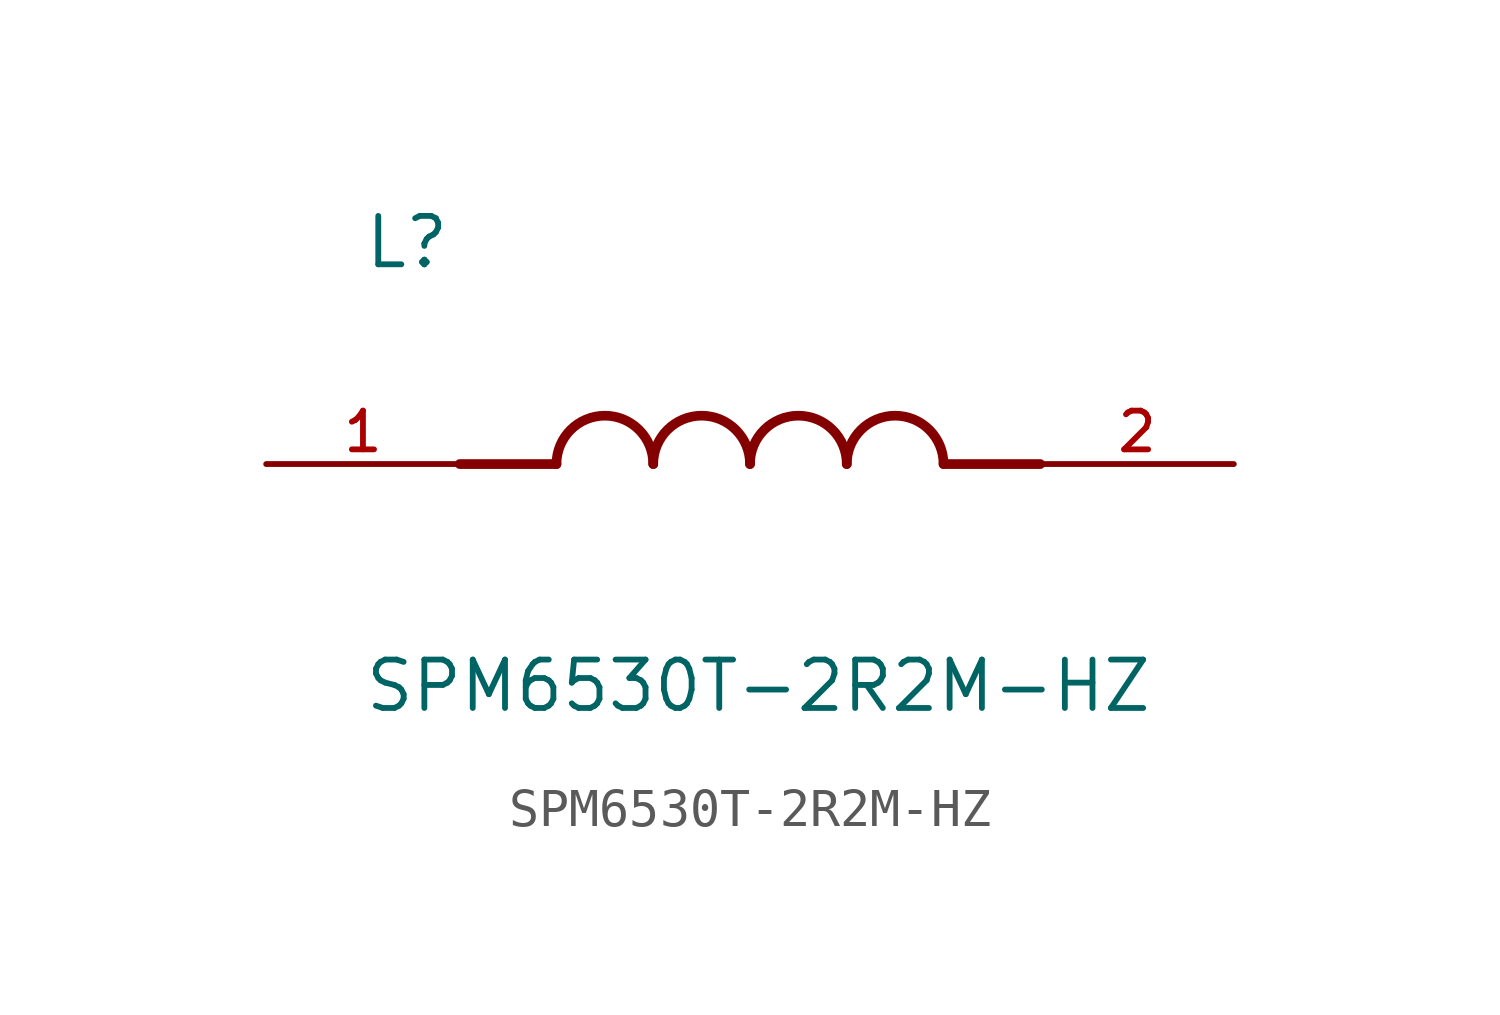
<source format=kicad_sym>
(kicad_symbol_lib
  (version 20211014)
  (generator kicad_symbol_editor)
  (symbol "SPM6530T-2R2M-HZ"
    (pin_names
      (offset 1.016))
    (property "Reference" "L"
      (at -10.16 5.08 0)
      (effects (font (size 1.27 1.27)) (justify bottom left)))
    (property "Value" "SPM6530T-2R2M-HZ"
      (at -10.16 -5.08 0)
      (effects (font (size 1.27 1.27)) (justify top left)))
    (symbol "SPM6530T-2R2M-HZ_0_0"
      (polyline (pts (xy -5.08 0.0) (xy -7.62 0.0)) (stroke (width 0.254)))
      (polyline (pts (xy 5.08 0.0) (xy 7.62 0.0)) (stroke (width 0.254)))
      (arc (start -2.54 0.0) (mid -3.81 1.27) (end -5.08 0.0) (stroke (width 0.254) (type default) (color 0 0 0 0)) (fill (type none)))
      (arc (start 0.0 0.0) (mid -1.27 1.27) (end -2.54 0.0) (stroke (width 0.254) (type default) (color 0 0 0 0)) (fill (type none)))
      (arc (start 2.54 0.0) (mid 1.27 1.27) (end 0.0 0.0) (stroke (width 0.254) (type default) (color 0 0 0 0)) (fill (type none)))
      (arc (start 5.08 0.0) (mid 3.81 1.27) (end 2.54 0.0) (stroke (width 0.254) (type default) (color 0 0 0 0)) (fill (type none)))
      (pin passive line (at -12.7 0.0 0) (length 5.08) (name "~" (effects (font (size 1.016 1.016)))) (number "1" (effects (font (size 1.016 1.016)))))
      (pin passive line (at 12.7 0.0 180.0) (length 5.08) (name "~" (effects (font (size 1.016 1.016)))) (number "2" (effects (font (size 1.016 1.016))))))))
</source>
